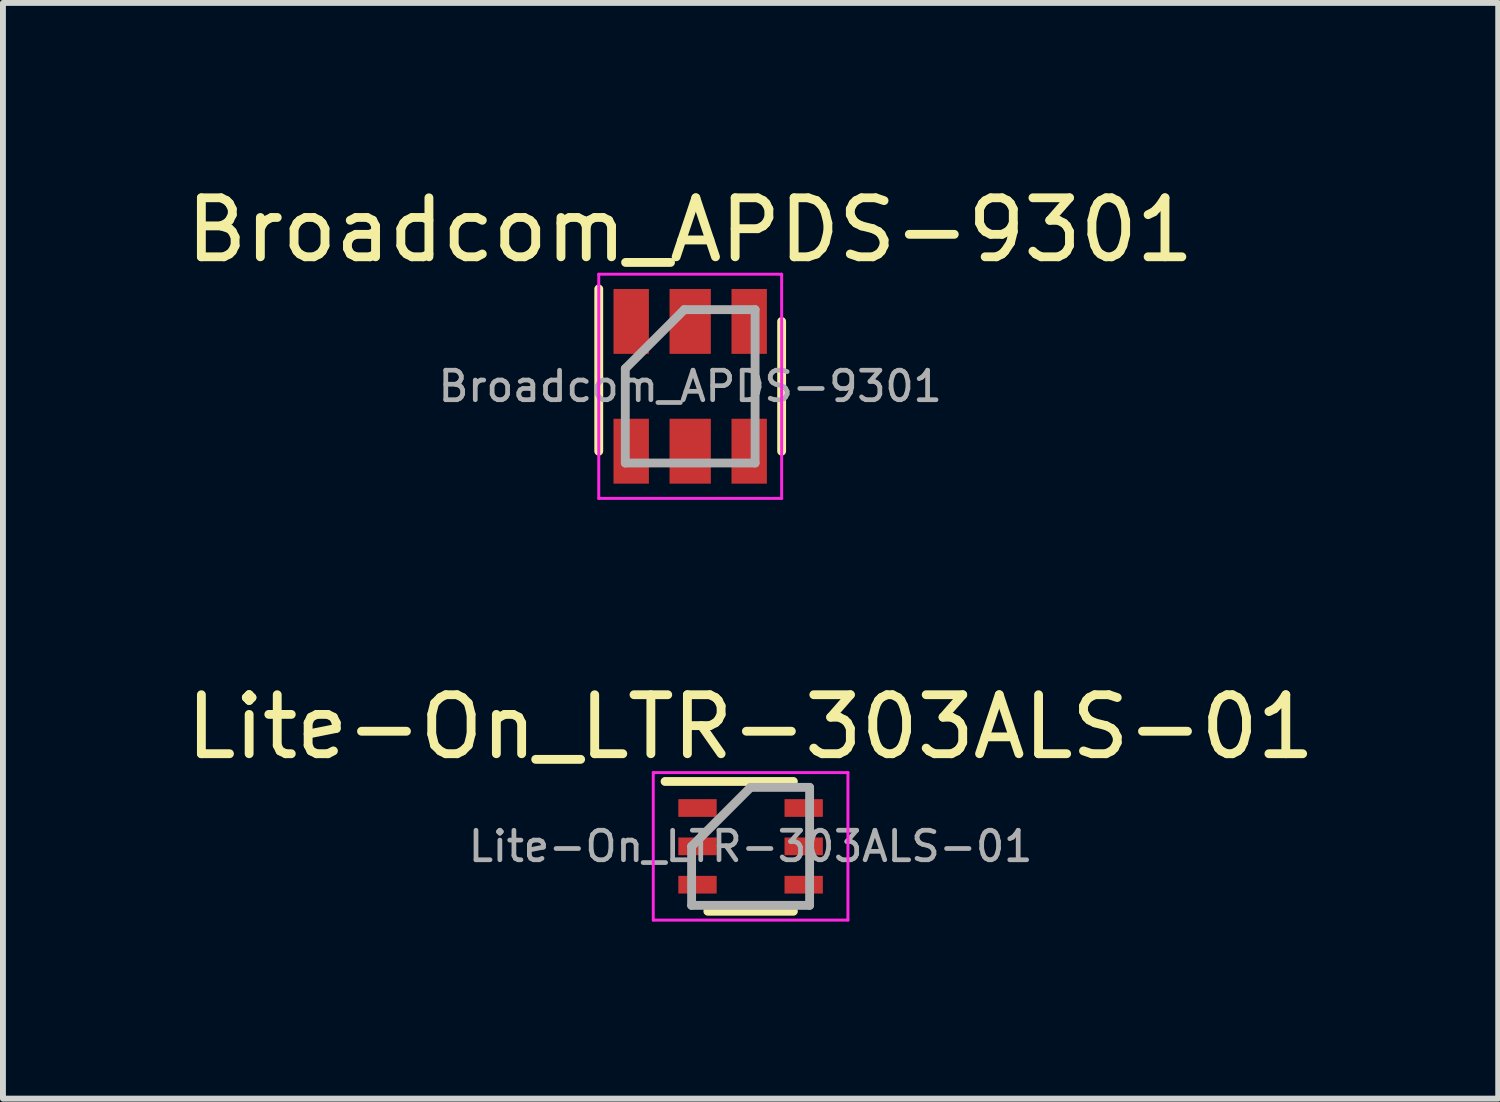
<source format=kicad_pcb>
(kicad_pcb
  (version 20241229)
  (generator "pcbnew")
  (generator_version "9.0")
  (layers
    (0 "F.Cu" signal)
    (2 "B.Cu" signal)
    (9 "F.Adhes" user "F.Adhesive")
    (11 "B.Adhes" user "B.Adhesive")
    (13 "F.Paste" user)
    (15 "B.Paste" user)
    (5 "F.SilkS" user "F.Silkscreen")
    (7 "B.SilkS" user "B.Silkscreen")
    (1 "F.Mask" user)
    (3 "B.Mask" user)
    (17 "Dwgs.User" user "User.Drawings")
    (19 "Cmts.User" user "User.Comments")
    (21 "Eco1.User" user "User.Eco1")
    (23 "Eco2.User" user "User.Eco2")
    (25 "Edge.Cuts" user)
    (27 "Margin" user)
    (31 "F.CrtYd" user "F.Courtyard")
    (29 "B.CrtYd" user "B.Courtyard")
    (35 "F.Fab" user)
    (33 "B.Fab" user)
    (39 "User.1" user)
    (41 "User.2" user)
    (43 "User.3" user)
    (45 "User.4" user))
  (footprint "Broadcom_APDS-9301"
    (layer "F.Cu")
    (at 8.649 3.498)
    (property "Reference" "Broadcom_APDS-9301" (at 0 -2.65 0) (layer "F.SilkS") (effects (font (size 1 1) (thickness 0.15))))
    (attr smd)
    (fp_line (start -1.55 -1.65) (end -1.55 1.1) (stroke (width 0.15) (type solid)) (layer "F.SilkS"))
    (fp_line (start 1.55 -1.1) (end 1.55 1.1) (stroke (width 0.15) (type solid)) (layer "F.SilkS"))
    (fp_line (start -1.55 -1.9) (end 1.55 -1.9) (stroke (width 0.05) (type solid)) (layer "F.CrtYd"))
    (fp_line (start -1.55 1.9) (end -1.55 -1.9) (stroke (width 0.05) (type solid)) (layer "F.CrtYd"))
    (fp_line (start 1.55 -1.9) (end 1.55 1.9) (stroke (width 0.05) (type solid)) (layer "F.CrtYd"))
    (fp_line (start 1.55 1.9) (end -1.55 1.9) (stroke (width 0.05) (type solid)) (layer "F.CrtYd"))
    (fp_line (start -1.1 -0.3) (end -1.1 1.3) (stroke (width 0.15) (type solid)) (layer "F.Fab"))
    (fp_line (start -1.1 1.3) (end 1.1 1.3) (stroke (width 0.15) (type solid)) (layer "F.Fab"))
    (fp_line (start -0.1 -1.3) (end -1.1 -0.3) (stroke (width 0.15) (type solid)) (layer "F.Fab"))
    (fp_line (start 1.1 -1.3) (end -0.1 -1.3) (stroke (width 0.15) (type solid)) (layer "F.Fab"))
    (fp_line (start 1.1 1.3) (end 1.1 -1.3) (stroke (width 0.15) (type solid)) (layer "F.Fab"))
    (fp_text user "${REFERENCE}" (at 0 0 0) (layer "F.Fab") (effects (font (size 0.5 0.5) (thickness 0.08))))
    (pad "1" smd rect (at -1 -1.1) (size 0.6 1.1) (layers "F.Cu" "F.Mask" "F.Paste"))
    (pad "2" smd rect (at -1 1.1) (size 0.6 1.1) (layers "F.Cu" "F.Mask" "F.Paste"))
    (pad "3" smd rect (at 0 1.1) (size 0.7 1.1) (layers "F.Cu" "F.Mask" "F.Paste"))
    (pad "4" smd rect (at 1 1.1) (size 0.6 1.1) (layers "F.Cu" "F.Mask" "F.Paste"))
    (pad "5" smd rect (at 1 -1.1) (size 0.6 1.1) (layers "F.Cu" "F.Mask" "F.Paste"))
    (pad "6" smd rect (at 0 -1.1) (size 0.7 1.1) (layers "F.Cu" "F.Mask" "F.Paste")))
  (footprint "Lite-On_LTR-303ALS-01"
    (layer "F.Cu")
    (at 9.673 11.296)
    (property "Reference" "Lite-On_LTR-303ALS-01" (at 0 -2.025 0) (layer "F.SilkS") (effects (font (size 1 1) (thickness 0.15))))
    (attr smd)
    (fp_line (start -1.45 -1.1) (end 0.725 -1.1) (stroke (width 0.15) (type solid)) (layer "F.SilkS"))
    (fp_line (start -0.725 1.1) (end 0.725 1.1) (stroke (width 0.15) (type solid)) (layer "F.SilkS"))
    (fp_line (start -1.65 -1.25) (end -1.65 1.25) (stroke (width 0.05) (type solid)) (layer "F.CrtYd"))
    (fp_line (start -1.65 1.25) (end 1.65 1.25) (stroke (width 0.05) (type solid)) (layer "F.CrtYd"))
    (fp_line (start 1.65 -1.25) (end -1.65 -1.25) (stroke (width 0.05) (type solid)) (layer "F.CrtYd"))
    (fp_line (start 1.65 1.25) (end 1.65 -1.25) (stroke (width 0.05) (type solid)) (layer "F.CrtYd"))
    (fp_line (start -1 0) (end 0 -1) (stroke (width 0.15) (type solid)) (layer "F.Fab"))
    (fp_line (start -1 1) (end -1 0) (stroke (width 0.15) (type solid)) (layer "F.Fab"))
    (fp_line (start 0 -1) (end 1 -1) (stroke (width 0.15) (type solid)) (layer "F.Fab"))
    (fp_line (start 1 -1) (end 1 1) (stroke (width 0.15) (type solid)) (layer "F.Fab"))
    (fp_line (start 1 1) (end -1 1) (stroke (width 0.15) (type solid)) (layer "F.Fab"))
    (fp_text user "${REFERENCE}" (at 0 0 0) (layer "F.Fab") (effects (font (size 0.5 0.5) (thickness 0.08))))
    (pad "1" smd rect (at -0.9 -0.65) (size 0.65 0.3) (layers "F.Cu" "F.Mask" "F.Paste"))
    (pad "2" smd rect (at -0.9 0) (size 0.65 0.3) (layers "F.Cu" "F.Mask" "F.Paste"))
    (pad "3" smd rect (at -0.9 0.65) (size 0.65 0.3) (layers "F.Cu" "F.Mask" "F.Paste"))
    (pad "4" smd rect (at 0.9 0.65) (size 0.65 0.3) (layers "F.Cu" "F.Mask" "F.Paste"))
    (pad "5" smd rect (at 0.9 0) (size 0.65 0.3) (layers "F.Cu" "F.Mask" "F.Paste"))
    (pad "6" smd rect (at 0.9 -0.65) (size 0.65 0.3) (layers "F.Cu" "F.Mask" "F.Paste")))
  (gr_rect
    (start -3 -3)
    (end 22.345 15.572)
    (stroke (width 0.1) (type default))
    (fill no)
    (layer "Edge.Cuts")))
</source>
